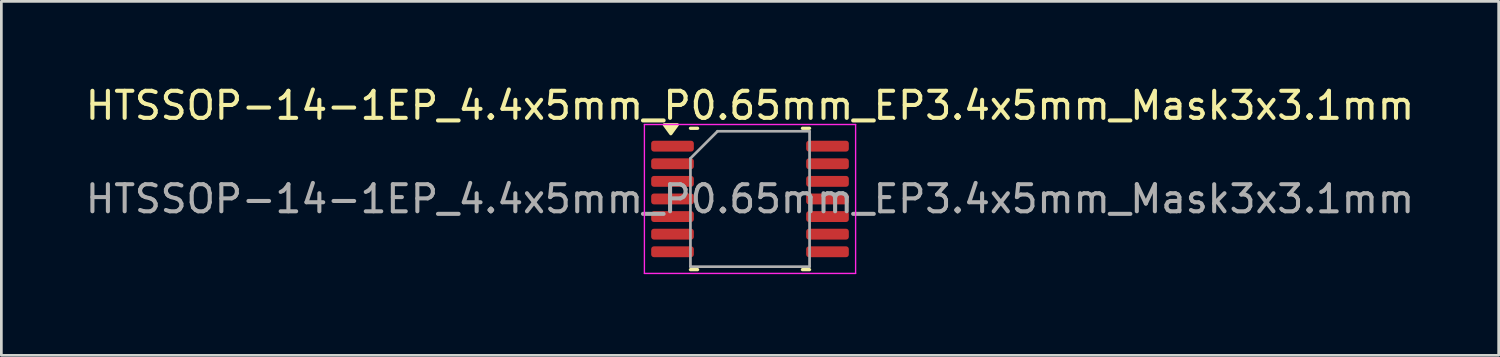
<source format=kicad_pcb>
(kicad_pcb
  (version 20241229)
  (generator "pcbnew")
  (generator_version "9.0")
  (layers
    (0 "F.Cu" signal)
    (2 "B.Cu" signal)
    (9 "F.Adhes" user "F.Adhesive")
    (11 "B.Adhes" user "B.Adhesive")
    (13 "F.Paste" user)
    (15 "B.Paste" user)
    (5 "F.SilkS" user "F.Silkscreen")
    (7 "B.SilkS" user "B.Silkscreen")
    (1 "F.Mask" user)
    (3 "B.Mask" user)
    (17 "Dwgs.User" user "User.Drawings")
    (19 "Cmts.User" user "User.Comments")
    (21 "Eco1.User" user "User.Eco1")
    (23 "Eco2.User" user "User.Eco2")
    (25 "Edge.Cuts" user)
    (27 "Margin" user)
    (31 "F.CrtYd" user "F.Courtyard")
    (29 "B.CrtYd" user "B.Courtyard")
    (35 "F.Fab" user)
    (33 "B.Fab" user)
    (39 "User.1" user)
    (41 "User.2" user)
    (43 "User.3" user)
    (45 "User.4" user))
  (footprint "HTSSOP-14-1EP_4.4x5mm_P0.65mm_EP3.4x5mm_Mask3x3.1mm"
    (layer "F.Cu")
    (at 24.649 4.298)
    (property "Reference" "HTSSOP-14-1EP_4.4x5mm_P0.65mm_EP3.4x5mm_Mask3x3.1mm" (at 0 -3.45 0) (layer "F.SilkS") (effects (font (size 1 1) (thickness 0.15))))
    (attr smd)
    (fp_line (start -1.936 -2.61) (end -2.2 -2.61) (stroke (width 0.12) (type solid)) (layer "F.SilkS"))
    (fp_line (start -1.936 2.61) (end -2.2 2.61) (stroke (width 0.12) (type solid)) (layer "F.SilkS"))
    (fp_line (start 1.936 -2.61) (end 2.2 -2.61) (stroke (width 0.12) (type solid)) (layer "F.SilkS"))
    (fp_line (start 1.936 2.61) (end 2.2 2.61) (stroke (width 0.12) (type solid)) (layer "F.SilkS"))
    (fp_poly (pts (xy -2.925 -2.41) (xy -3.165 -2.74) (xy -2.685 -2.74) (xy -2.925 -2.41)) (stroke (width 0.12) (type solid)) (fill yes) (layer "F.SilkS"))
    (fp_line (start -3.9 -2.75) (end -3.9 2.75) (stroke (width 0.05) (type solid)) (layer "F.CrtYd"))
    (fp_line (start -3.9 2.75) (end 3.9 2.75) (stroke (width 0.05) (type solid)) (layer "F.CrtYd"))
    (fp_line (start 3.9 -2.75) (end -3.9 -2.75) (stroke (width 0.05) (type solid)) (layer "F.CrtYd"))
    (fp_line (start 3.9 2.75) (end 3.9 -2.75) (stroke (width 0.05) (type solid)) (layer "F.CrtYd"))
    (fp_line (start -2.2 -1.5) (end -1.2 -2.5) (stroke (width 0.1) (type solid)) (layer "F.Fab"))
    (fp_line (start -2.2 2.5) (end -2.2 -1.5) (stroke (width 0.1) (type solid)) (layer "F.Fab"))
    (fp_line (start -1.2 -2.5) (end 2.2 -2.5) (stroke (width 0.1) (type solid)) (layer "F.Fab"))
    (fp_line (start 2.2 -2.5) (end 2.2 2.5) (stroke (width 0.1) (type solid)) (layer "F.Fab"))
    (fp_line (start 2.2 2.5) (end -2.2 2.5) (stroke (width 0.1) (type solid)) (layer "F.Fab"))
    (fp_text user "${REFERENCE}" (at 0 0 0) (layer "F.Fab") (effects (font (size 1 1) (thickness 0.15))))
    (pad "1" smd roundrect (at -2.862 -1.95) (size 1.575 0.4) (layers "F.Cu" "F.Mask" "F.Paste") (roundrect_rratio 0.25))
    (pad "2" smd roundrect (at -2.862 -1.3) (size 1.575 0.4) (layers "F.Cu" "F.Mask" "F.Paste") (roundrect_rratio 0.25))
    (pad "3" smd roundrect (at -2.862 -0.65) (size 1.575 0.4) (layers "F.Cu" "F.Mask" "F.Paste") (roundrect_rratio 0.25))
    (pad "4" smd roundrect (at -2.862 0) (size 1.575 0.4) (layers "F.Cu" "F.Mask" "F.Paste") (roundrect_rratio 0.25))
    (pad "5" smd roundrect (at -2.862 0.65) (size 1.575 0.4) (layers "F.Cu" "F.Mask" "F.Paste") (roundrect_rratio 0.25))
    (pad "6" smd roundrect (at -2.862 1.3) (size 1.575 0.4) (layers "F.Cu" "F.Mask" "F.Paste") (roundrect_rratio 0.25))
    (pad "7" smd roundrect (at -2.862 1.95) (size 1.575 0.4) (layers "F.Cu" "F.Mask" "F.Paste") (roundrect_rratio 0.25))
    (pad "8" smd roundrect (at 2.862 1.95) (size 1.575 0.4) (layers "F.Cu" "F.Mask" "F.Paste") (roundrect_rratio 0.25))
    (pad "9" smd roundrect (at 2.862 1.3) (size 1.575 0.4) (layers "F.Cu" "F.Mask" "F.Paste") (roundrect_rratio 0.25))
    (pad "10" smd roundrect (at 2.862 0.65) (size 1.575 0.4) (layers "F.Cu" "F.Mask" "F.Paste") (roundrect_rratio 0.25))
    (pad "11" smd roundrect (at 2.862 0) (size 1.575 0.4) (layers "F.Cu" "F.Mask" "F.Paste") (roundrect_rratio 0.25))
    (pad "12" smd roundrect (at 2.862 -0.65) (size 1.575 0.4) (layers "F.Cu" "F.Mask" "F.Paste") (roundrect_rratio 0.25))
    (pad "13" smd roundrect (at 2.862 -1.3) (size 1.575 0.4) (layers "F.Cu" "F.Mask" "F.Paste") (roundrect_rratio 0.25))
    (pad "14" smd roundrect (at 2.862 -1.95) (size 1.575 0.4) (layers "F.Cu" "F.Mask" "F.Paste") (roundrect_rratio 0.25)))
  (gr_rect
    (start -3 -3)
    (end 52.298 10.073)
    (stroke (width 0.1) (type default))
    (fill no)
    (layer "Edge.Cuts")))
</source>
